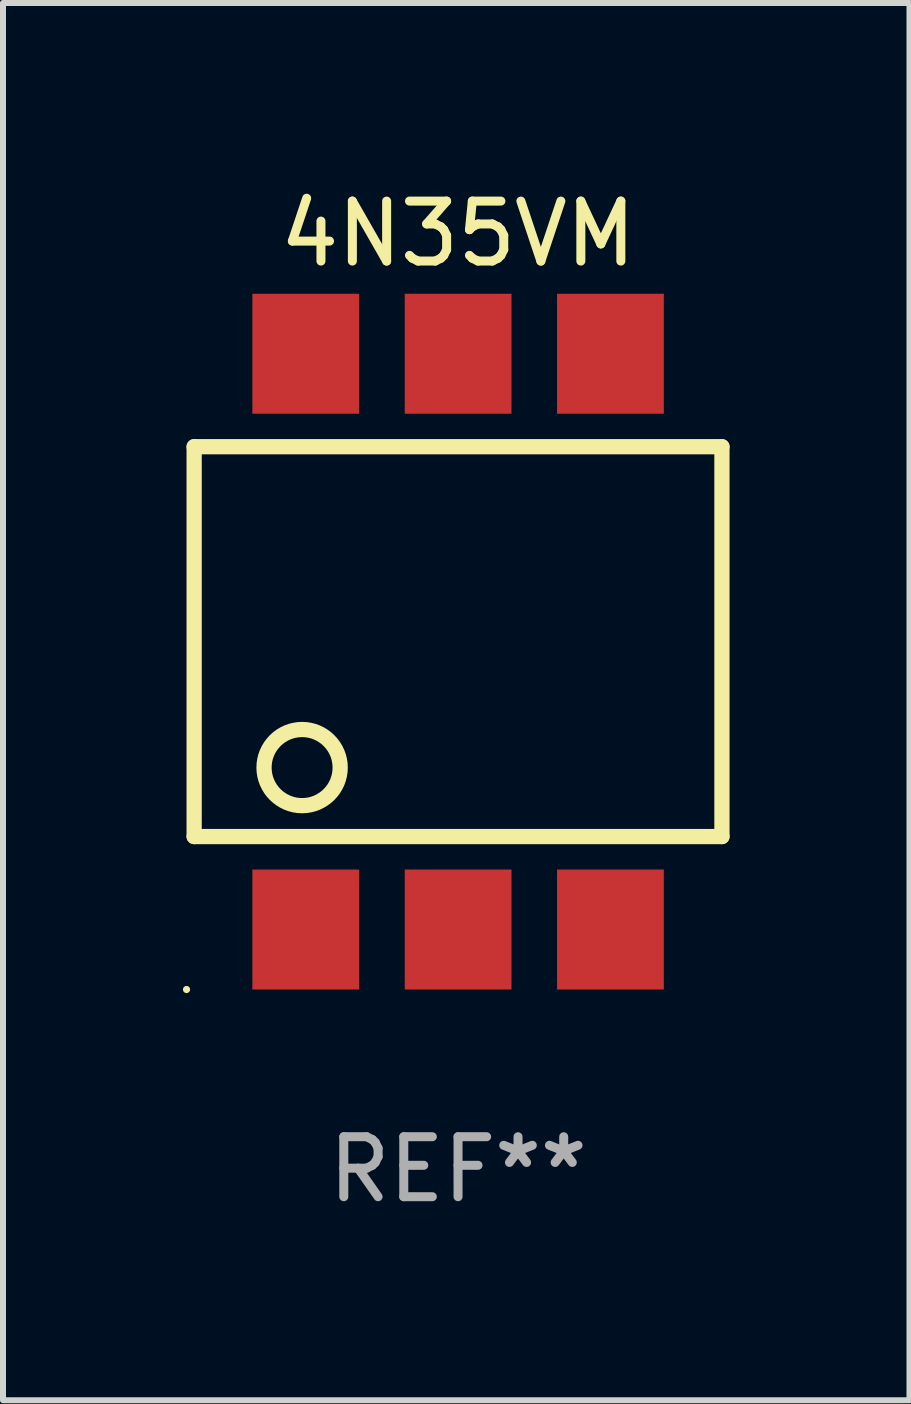
<source format=kicad_pcb>
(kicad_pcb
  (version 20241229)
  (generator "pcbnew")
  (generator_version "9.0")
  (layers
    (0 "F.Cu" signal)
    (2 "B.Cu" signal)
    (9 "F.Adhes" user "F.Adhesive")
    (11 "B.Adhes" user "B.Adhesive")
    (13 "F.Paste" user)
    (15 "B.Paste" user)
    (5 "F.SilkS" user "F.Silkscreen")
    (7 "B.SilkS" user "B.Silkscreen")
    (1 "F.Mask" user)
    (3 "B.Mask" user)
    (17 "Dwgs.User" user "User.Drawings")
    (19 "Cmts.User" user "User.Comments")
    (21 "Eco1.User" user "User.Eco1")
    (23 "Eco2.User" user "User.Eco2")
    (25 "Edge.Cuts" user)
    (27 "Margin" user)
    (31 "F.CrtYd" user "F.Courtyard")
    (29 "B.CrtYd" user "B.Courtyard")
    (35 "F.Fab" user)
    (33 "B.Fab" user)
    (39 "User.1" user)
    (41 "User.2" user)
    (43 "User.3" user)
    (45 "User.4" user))
  (footprint "4N35VM"
    (layer "F.Cu")
    (at 4.587 7.648)
    (property "Reference" "4N35VM" (at 0 -6.8 0) (layer "F.SilkS") (effects (font (size 1 1) (thickness 0.15))))
    (attr through_hole)
    (fp_line (start -4.4 -3.25) (end -4.4 3.25) (stroke (width 0.254) (type solid)) (layer "F.SilkS"))
    (fp_line (start -4.4 -3.25) (end 4.4 -3.25) (stroke (width 0.254) (type solid)) (layer "F.SilkS"))
    (fp_line (start 4.4 3.25) (end -4.4 3.25) (stroke (width 0.254) (type solid)) (layer "F.SilkS"))
    (fp_line (start 4.4 3.25) (end 4.4 -3.25) (stroke (width 0.254) (type solid)) (layer "F.SilkS"))
    (fp_circle (center -4.527 5.8) (end -4.497 5.8) (stroke (width 0.06) (type solid)) (fill no) (layer "F.SilkS"))
    (fp_circle (center -2.6 2.1) (end -1.965 2.1) (stroke (width 0.254) (type solid)) (fill no) (layer "F.SilkS"))
    (fp_text user "REF**" (at 0 8.8 0) (layer "F.Fab") (effects (font (size 1 1) (thickness 0.15))))
    (pad "1" smd rect (at -2.539 4.8) (size 1.78 2) (layers "F.Cu" "F.Mask" "F.Paste"))
    (pad "2" smd rect (at 0.001 4.8) (size 1.78 2) (layers "F.Cu" "F.Mask" "F.Paste"))
    (pad "3" smd rect (at 2.541 4.8) (size 1.78 2) (layers "F.Cu" "F.Mask" "F.Paste"))
    (pad "4" smd rect (at 2.541 -4.8) (size 1.78 2) (layers "F.Cu" "F.Mask" "F.Paste"))
    (pad "5" smd rect (at 0.001 -4.8) (size 1.78 2) (layers "F.Cu" "F.Mask" "F.Paste"))
    (pad "6" smd rect (at -2.539 -4.8) (size 1.78 2) (layers "F.Cu" "F.Mask" "F.Paste")))
  (gr_rect
    (start -3 -3)
    (end 12.114 20.297)
    (stroke (width 0.1) (type default))
    (fill no)
    (layer "Edge.Cuts")))
</source>
